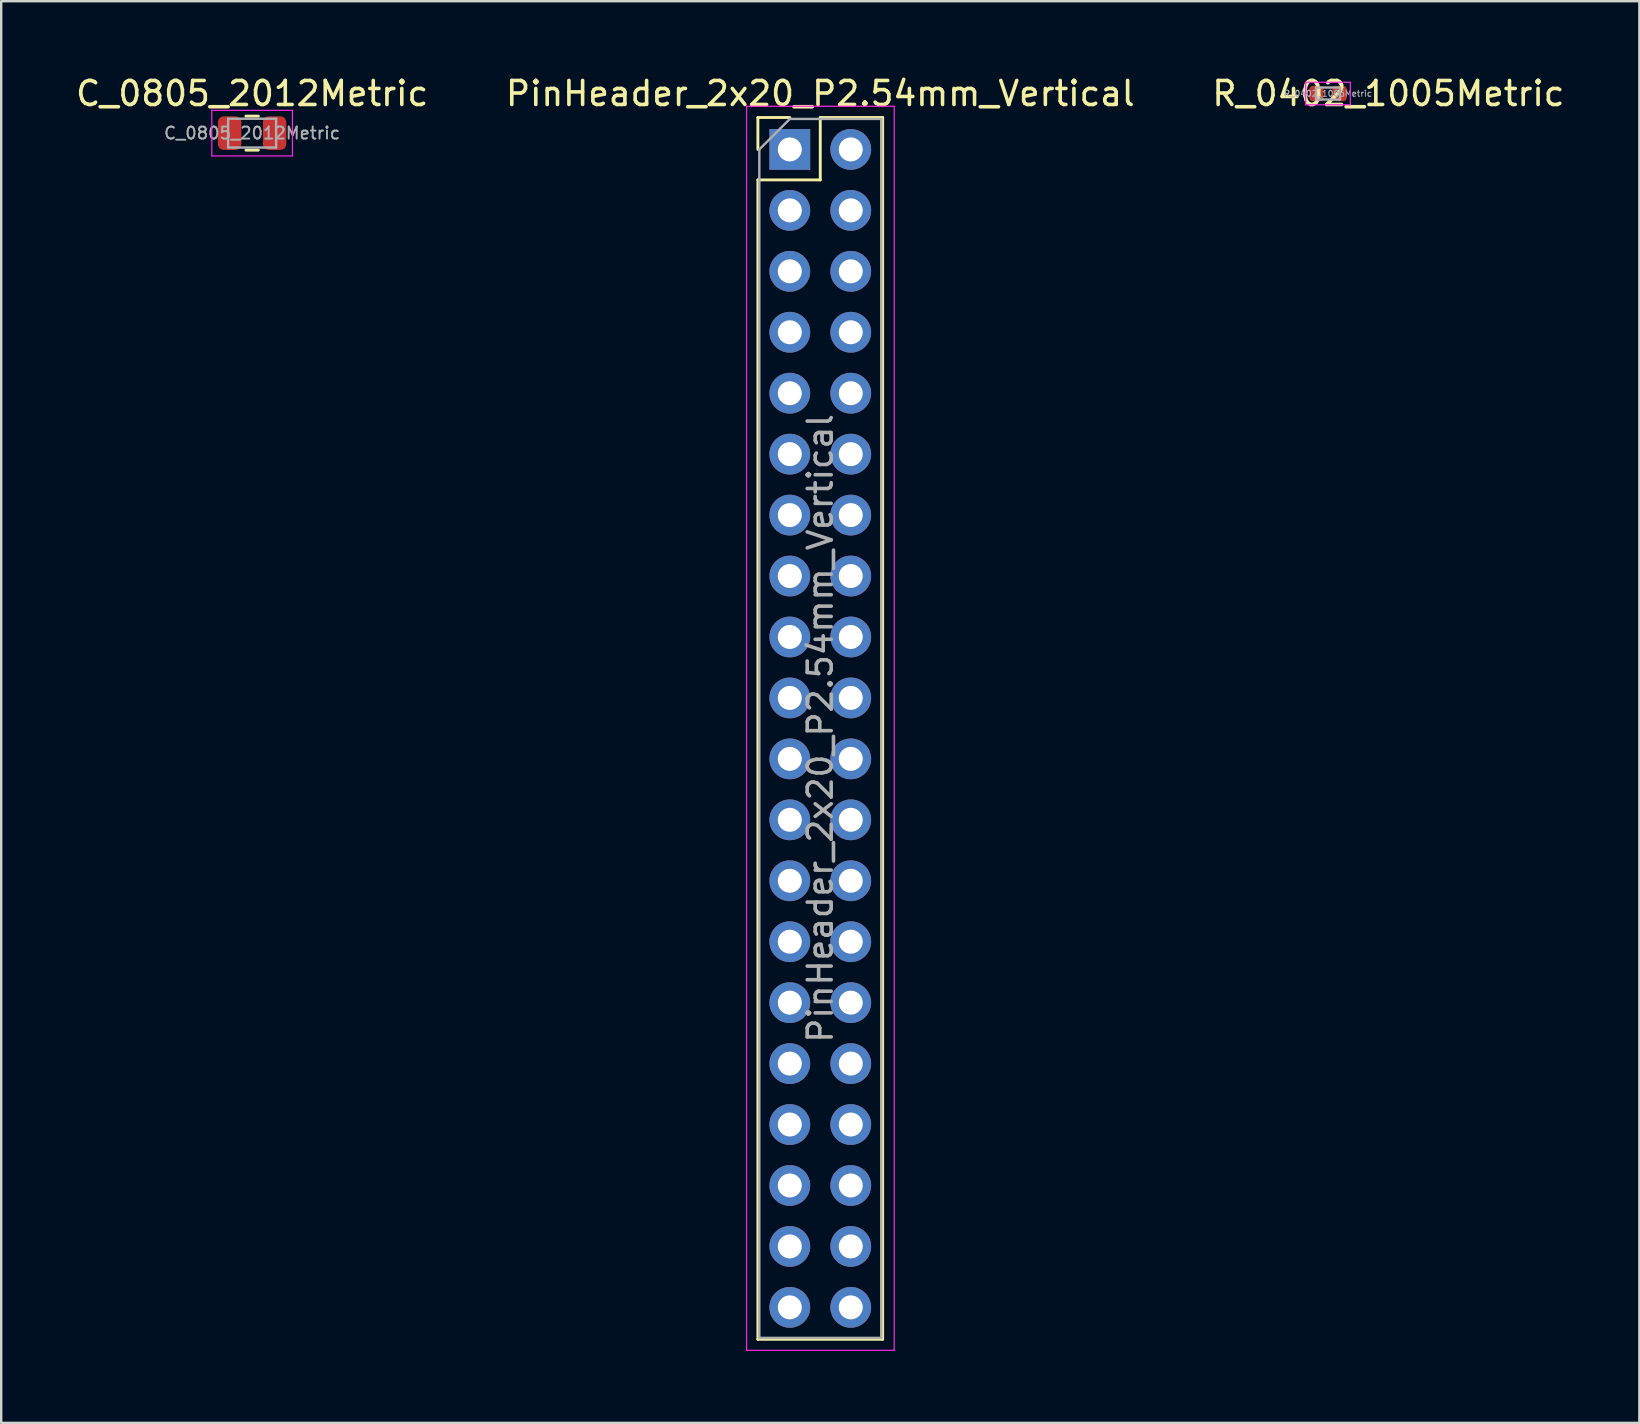
<source format=kicad_pcb>
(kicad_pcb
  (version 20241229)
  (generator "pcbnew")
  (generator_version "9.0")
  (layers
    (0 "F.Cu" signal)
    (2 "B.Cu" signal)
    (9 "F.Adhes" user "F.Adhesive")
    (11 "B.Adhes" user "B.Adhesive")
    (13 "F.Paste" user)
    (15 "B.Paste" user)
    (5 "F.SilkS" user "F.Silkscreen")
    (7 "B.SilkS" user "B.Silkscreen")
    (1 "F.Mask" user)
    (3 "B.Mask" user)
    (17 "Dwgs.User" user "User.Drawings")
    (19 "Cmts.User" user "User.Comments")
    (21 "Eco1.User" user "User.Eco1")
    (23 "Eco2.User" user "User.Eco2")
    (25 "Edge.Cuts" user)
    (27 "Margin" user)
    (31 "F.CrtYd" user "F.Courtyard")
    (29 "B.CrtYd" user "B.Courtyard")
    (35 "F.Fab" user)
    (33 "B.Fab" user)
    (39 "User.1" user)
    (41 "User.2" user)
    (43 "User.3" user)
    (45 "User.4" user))
  (footprint "C_0805_2012Metric"
    (layer "F.Cu")
    (at 7.458 2.498)
    (property "Reference" "C_0805_2012Metric" (at 0 -1.65 0) (layer "F.SilkS") (effects (font (size 1 1) (thickness 0.15))))
    (attr smd)
    (fp_line (start -0.259 -0.71) (end 0.259 -0.71) (stroke (width 0.12) (type solid)) (layer "F.SilkS"))
    (fp_line (start -0.259 0.71) (end 0.259 0.71) (stroke (width 0.12) (type solid)) (layer "F.SilkS"))
    (fp_line (start -1.68 -0.95) (end 1.68 -0.95) (stroke (width 0.05) (type solid)) (layer "F.CrtYd"))
    (fp_line (start -1.68 0.95) (end -1.68 -0.95) (stroke (width 0.05) (type solid)) (layer "F.CrtYd"))
    (fp_line (start 1.68 -0.95) (end 1.68 0.95) (stroke (width 0.05) (type solid)) (layer "F.CrtYd"))
    (fp_line (start 1.68 0.95) (end -1.68 0.95) (stroke (width 0.05) (type solid)) (layer "F.CrtYd"))
    (fp_line (start -1 -0.6) (end 1 -0.6) (stroke (width 0.1) (type solid)) (layer "F.Fab"))
    (fp_line (start -1 0.6) (end -1 -0.6) (stroke (width 0.1) (type solid)) (layer "F.Fab"))
    (fp_line (start 1 -0.6) (end 1 0.6) (stroke (width 0.1) (type solid)) (layer "F.Fab"))
    (fp_line (start 1 0.6) (end -1 0.6) (stroke (width 0.1) (type solid)) (layer "F.Fab"))
    (fp_text user "${REFERENCE}" (at 0 0 0) (layer "F.Fab") (effects (font (size 0.5 0.5) (thickness 0.08))))
    (pad "1" smd roundrect (at -0.938 0) (size 0.975 1.4) (layers "F.Cu" "F.Mask" "F.Paste") (roundrect_rratio 0.25))
    (pad "2" smd roundrect (at 0.938 0) (size 0.975 1.4) (layers "F.Cu" "F.Mask" "F.Paste") (roundrect_rratio 0.25)))
  (footprint "R_0402_1005Metric"
    (layer "F.Cu")
    (at 52.298 0.848)
    (property "Reference" "R_0402_1005Metric" (at 2.517 0 0) (layer "F.SilkS") (effects (font (size 1 1) (thickness 0.15))))
    (attr smd)
    (fp_line (start -0.93 -0.47) (end 0.93 -0.47) (stroke (width 0.05) (type solid)) (layer "F.CrtYd"))
    (fp_line (start -0.93 0.47) (end -0.93 -0.47) (stroke (width 0.05) (type solid)) (layer "F.CrtYd"))
    (fp_line (start 0.93 -0.47) (end 0.93 0.47) (stroke (width 0.05) (type solid)) (layer "F.CrtYd"))
    (fp_line (start 0.93 0.47) (end -0.93 0.47) (stroke (width 0.05) (type solid)) (layer "F.CrtYd"))
    (fp_line (start -0.5 -0.25) (end 0.5 -0.25) (stroke (width 0.1) (type solid)) (layer "F.Fab"))
    (fp_line (start -0.5 0.25) (end -0.5 -0.25) (stroke (width 0.1) (type solid)) (layer "F.Fab"))
    (fp_line (start 0.5 -0.25) (end 0.5 0.25) (stroke (width 0.1) (type solid)) (layer "F.Fab"))
    (fp_line (start 0.5 0.25) (end -0.5 0.25) (stroke (width 0.1) (type solid)) (layer "F.Fab"))
    (fp_text user "${REFERENCE}" (at 0 0 0) (layer "F.Fab") (effects (font (size 0.25 0.25) (thickness 0.04))))
    (pad "1" smd roundrect (at -0.485 0) (size 0.59 0.64) (layers "F.Cu" "F.Mask" "F.Paste") (roundrect_rratio 0.25))
    (pad "2" smd roundrect (at 0.485 0) (size 0.59 0.64) (layers "F.Cu" "F.Mask" "F.Paste") (roundrect_rratio 0.25)))
  (footprint "PinHeader_2x20_P2.54mm_Vertical"
    (layer "F.Cu")
    (at 29.867 3.178)
    (property "Reference" "PinHeader_2x20_P2.54mm_Vertical" (at 1.27 -2.33 0) (layer "F.SilkS") (effects (font (size 1 1) (thickness 0.15))))
    (attr through_hole)
    (fp_line (start -1.33 -1.33) (end 0 -1.33) (stroke (width 0.12) (type solid)) (layer "F.SilkS"))
    (fp_line (start -1.33 0) (end -1.33 -1.33) (stroke (width 0.12) (type solid)) (layer "F.SilkS"))
    (fp_line (start -1.33 1.27) (end -1.33 49.59) (stroke (width 0.12) (type solid)) (layer "F.SilkS"))
    (fp_line (start -1.33 1.27) (end 1.27 1.27) (stroke (width 0.12) (type solid)) (layer "F.SilkS"))
    (fp_line (start -1.33 49.59) (end 3.87 49.59) (stroke (width 0.12) (type solid)) (layer "F.SilkS"))
    (fp_line (start 1.27 -1.33) (end 3.87 -1.33) (stroke (width 0.12) (type solid)) (layer "F.SilkS"))
    (fp_line (start 1.27 1.27) (end 1.27 -1.33) (stroke (width 0.12) (type solid)) (layer "F.SilkS"))
    (fp_line (start 3.87 -1.33) (end 3.87 49.59) (stroke (width 0.12) (type solid)) (layer "F.SilkS"))
    (fp_line (start -1.8 -1.8) (end -1.8 50.05) (stroke (width 0.05) (type solid)) (layer "F.CrtYd"))
    (fp_line (start -1.8 50.05) (end 4.35 50.05) (stroke (width 0.05) (type solid)) (layer "F.CrtYd"))
    (fp_line (start 4.35 -1.8) (end -1.8 -1.8) (stroke (width 0.05) (type solid)) (layer "F.CrtYd"))
    (fp_line (start 4.35 50.05) (end 4.35 -1.8) (stroke (width 0.05) (type solid)) (layer "F.CrtYd"))
    (fp_line (start -1.27 0) (end 0 -1.27) (stroke (width 0.1) (type solid)) (layer "F.Fab"))
    (fp_line (start -1.27 49.53) (end -1.27 0) (stroke (width 0.1) (type solid)) (layer "F.Fab"))
    (fp_line (start 0 -1.27) (end 3.81 -1.27) (stroke (width 0.1) (type solid)) (layer "F.Fab"))
    (fp_line (start 3.81 -1.27) (end 3.81 49.53) (stroke (width 0.1) (type solid)) (layer "F.Fab"))
    (fp_line (start 3.81 49.53) (end -1.27 49.53) (stroke (width 0.1) (type solid)) (layer "F.Fab"))
    (fp_text user "${REFERENCE}" (at 1.27 24.13 90) (layer "F.Fab") (effects (font (size 1 1) (thickness 0.15))))
    (pad "1" thru_hole rect (at 0 0) (size 1.7 1.7) (drill 1) (layers "*.Cu" "*.Mask"))
    (pad "2" thru_hole oval (at 2.54 0) (size 1.7 1.7) (drill 1) (layers "*.Cu" "*.Mask"))
    (pad "3" thru_hole oval (at 0 2.54) (size 1.7 1.7) (drill 1) (layers "*.Cu" "*.Mask"))
    (pad "4" thru_hole oval (at 2.54 2.54) (size 1.7 1.7) (drill 1) (layers "*.Cu" "*.Mask"))
    (pad "5" thru_hole oval (at 0 5.08) (size 1.7 1.7) (drill 1) (layers "*.Cu" "*.Mask"))
    (pad "6" thru_hole oval (at 2.54 5.08) (size 1.7 1.7) (drill 1) (layers "*.Cu" "*.Mask"))
    (pad "7" thru_hole oval (at 0 7.62) (size 1.7 1.7) (drill 1) (layers "*.Cu" "*.Mask"))
    (pad "8" thru_hole oval (at 2.54 7.62) (size 1.7 1.7) (drill 1) (layers "*.Cu" "*.Mask"))
    (pad "9" thru_hole oval (at 0 10.16) (size 1.7 1.7) (drill 1) (layers "*.Cu" "*.Mask"))
    (pad "10" thru_hole oval (at 2.54 10.16) (size 1.7 1.7) (drill 1) (layers "*.Cu" "*.Mask"))
    (pad "11" thru_hole oval (at 0 12.7) (size 1.7 1.7) (drill 1) (layers "*.Cu" "*.Mask"))
    (pad "12" thru_hole oval (at 2.54 12.7) (size 1.7 1.7) (drill 1) (layers "*.Cu" "*.Mask"))
    (pad "13" thru_hole oval (at 0 15.24) (size 1.7 1.7) (drill 1) (layers "*.Cu" "*.Mask"))
    (pad "14" thru_hole oval (at 2.54 15.24) (size 1.7 1.7) (drill 1) (layers "*.Cu" "*.Mask"))
    (pad "15" thru_hole oval (at 0 17.78) (size 1.7 1.7) (drill 1) (layers "*.Cu" "*.Mask"))
    (pad "16" thru_hole oval (at 2.54 17.78) (size 1.7 1.7) (drill 1) (layers "*.Cu" "*.Mask"))
    (pad "17" thru_hole oval (at 0 20.32) (size 1.7 1.7) (drill 1) (layers "*.Cu" "*.Mask"))
    (pad "18" thru_hole oval (at 2.54 20.32) (size 1.7 1.7) (drill 1) (layers "*.Cu" "*.Mask"))
    (pad "19" thru_hole oval (at 0 22.86) (size 1.7 1.7) (drill 1) (layers "*.Cu" "*.Mask"))
    (pad "20" thru_hole oval (at 2.54 22.86) (size 1.7 1.7) (drill 1) (layers "*.Cu" "*.Mask"))
    (pad "21" thru_hole oval (at 0 25.4) (size 1.7 1.7) (drill 1) (layers "*.Cu" "*.Mask"))
    (pad "22" thru_hole oval (at 2.54 25.4) (size 1.7 1.7) (drill 1) (layers "*.Cu" "*.Mask"))
    (pad "23" thru_hole oval (at 0 27.94) (size 1.7 1.7) (drill 1) (layers "*.Cu" "*.Mask"))
    (pad "24" thru_hole oval (at 2.54 27.94) (size 1.7 1.7) (drill 1) (layers "*.Cu" "*.Mask"))
    (pad "25" thru_hole oval (at 0 30.48) (size 1.7 1.7) (drill 1) (layers "*.Cu" "*.Mask"))
    (pad "26" thru_hole oval (at 2.54 30.48) (size 1.7 1.7) (drill 1) (layers "*.Cu" "*.Mask"))
    (pad "27" thru_hole oval (at 0 33.02) (size 1.7 1.7) (drill 1) (layers "*.Cu" "*.Mask"))
    (pad "28" thru_hole oval (at 2.54 33.02) (size 1.7 1.7) (drill 1) (layers "*.Cu" "*.Mask"))
    (pad "29" thru_hole oval (at 0 35.56) (size 1.7 1.7) (drill 1) (layers "*.Cu" "*.Mask"))
    (pad "30" thru_hole oval (at 2.54 35.56) (size 1.7 1.7) (drill 1) (layers "*.Cu" "*.Mask"))
    (pad "31" thru_hole oval (at 0 38.1) (size 1.7 1.7) (drill 1) (layers "*.Cu" "*.Mask"))
    (pad "32" thru_hole oval (at 2.54 38.1) (size 1.7 1.7) (drill 1) (layers "*.Cu" "*.Mask"))
    (pad "33" thru_hole oval (at 0 40.64) (size 1.7 1.7) (drill 1) (layers "*.Cu" "*.Mask"))
    (pad "34" thru_hole oval (at 2.54 40.64) (size 1.7 1.7) (drill 1) (layers "*.Cu" "*.Mask"))
    (pad "35" thru_hole oval (at 0 43.18) (size 1.7 1.7) (drill 1) (layers "*.Cu" "*.Mask"))
    (pad "36" thru_hole oval (at 2.54 43.18) (size 1.7 1.7) (drill 1) (layers "*.Cu" "*.Mask"))
    (pad "37" thru_hole oval (at 0 45.72) (size 1.7 1.7) (drill 1) (layers "*.Cu" "*.Mask"))
    (pad "38" thru_hole oval (at 2.54 45.72) (size 1.7 1.7) (drill 1) (layers "*.Cu" "*.Mask"))
    (pad "39" thru_hole oval (at 0 48.26) (size 1.7 1.7) (drill 1) (layers "*.Cu" "*.Mask"))
    (pad "40" thru_hole oval (at 2.54 48.26) (size 1.7 1.7) (drill 1) (layers "*.Cu" "*.Mask")))
  (gr_rect
    (start -3 -3)
    (end 65.274 56.253)
    (stroke (width 0.1) (type default))
    (fill no)
    (layer "Edge.Cuts")))
</source>
